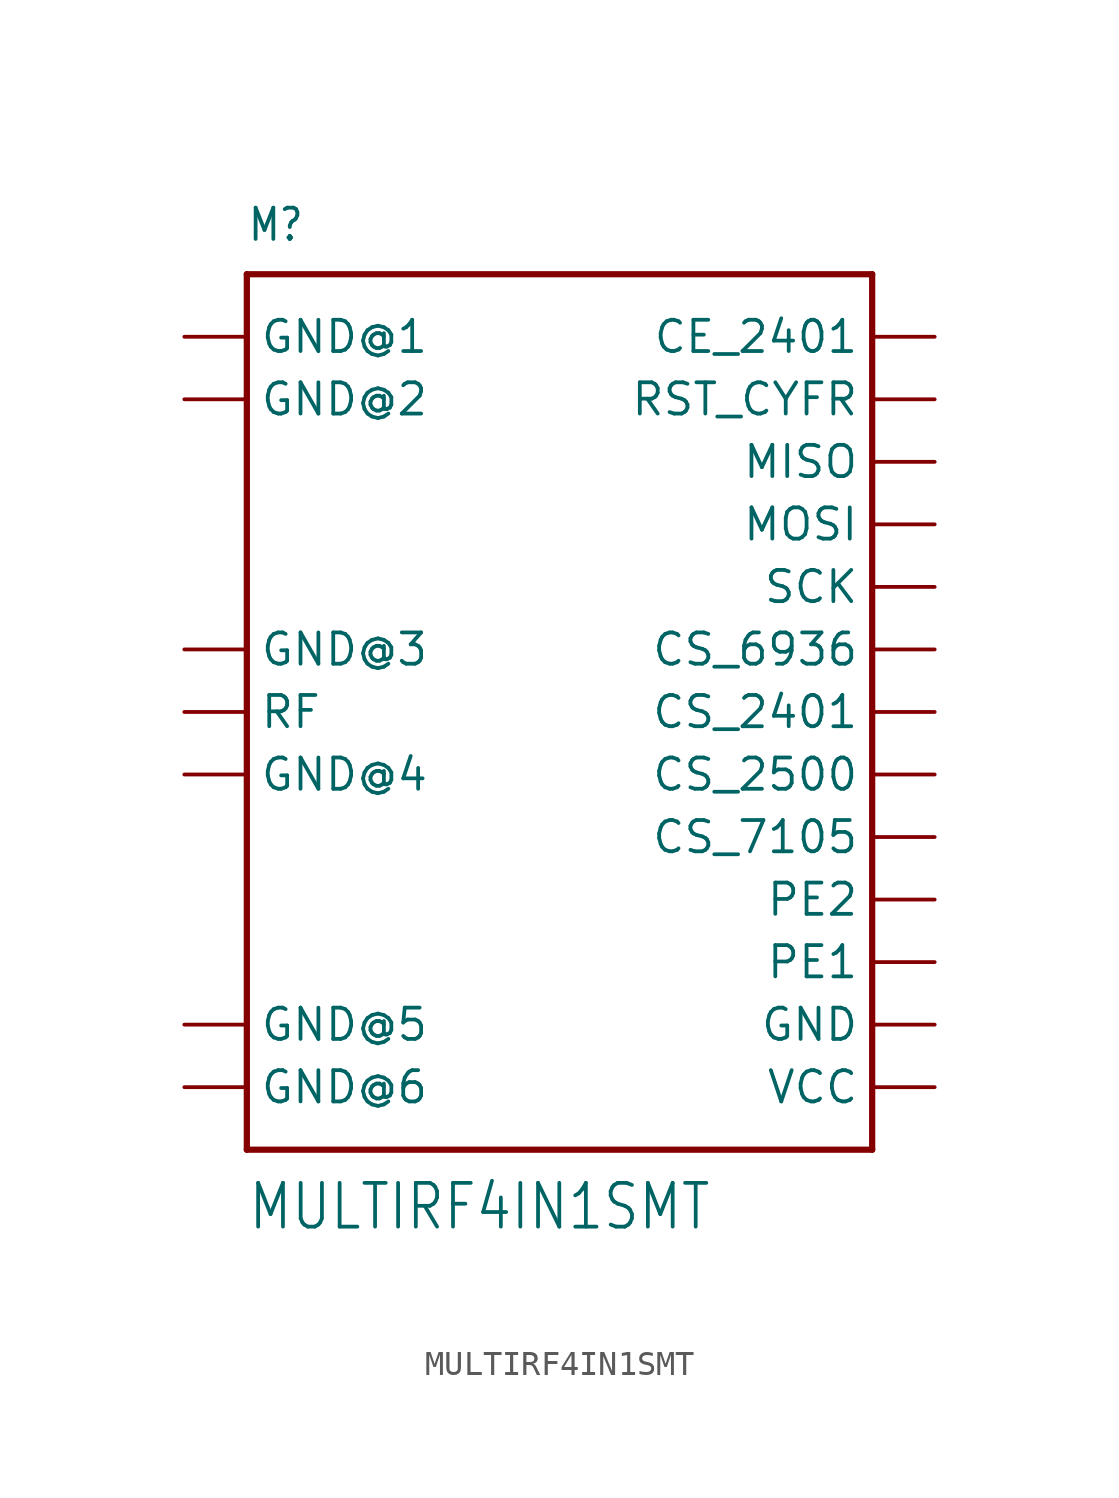
<source format=kicad_sym>
(kicad_symbol_lib
  (version 20211014)
  (generator kicad_symbol_editor)
  (symbol "MULTIRF4IN1SMT"
    (property "Reference" "M"
      (at -12.7 21.59 0)
      (effects (font (size 1.27 1.079)) (justify left bottom)))
    (property "Value" "MULTIRF4IN1SMT"
      (at -12.7 -16.51 0)
      (effects (font (size 1.778 1.511)) (justify left top)))
    (symbol "MULTIRF4IN1SMT_1_0"
      (polyline (pts (xy -12.7 -15.24) (xy 12.7 -15.24)) (stroke (width 0.254) (type default) (color 0 0 0 0)) (fill (type none)))
      (polyline (pts (xy -12.7 20.32) (xy -12.7 -15.24)) (stroke (width 0.254) (type default) (color 0 0 0 0)) (fill (type none)))
      (polyline (pts (xy 12.7 -15.24) (xy 12.7 20.32)) (stroke (width 0.254) (type default) (color 0 0 0 0)) (fill (type none)))
      (polyline (pts (xy 12.7 20.32) (xy -12.7 20.32)) (stroke (width 0.254) (type default) (color 0 0 0 0)) (fill (type none)))
      (pin bidirectional line (at 15.24 17.78 180) (length 2.54) (name "CE_2401" (effects (font (size 1.27 1.27)))) (number "CE_2401" (effects (font (size 0 0)))))
      (pin bidirectional line (at 15.24 2.54 180) (length 2.54) (name "CS_2401" (effects (font (size 1.27 1.27)))) (number "CS_2401" (effects (font (size 0 0)))))
      (pin bidirectional line (at 15.24 0 180) (length 2.54) (name "CS_2500" (effects (font (size 1.27 1.27)))) (number "CS_2500" (effects (font (size 0 0)))))
      (pin bidirectional line (at 15.24 5.08 180) (length 2.54) (name "CS_6936" (effects (font (size 1.27 1.27)))) (number "CS_6936" (effects (font (size 0 0)))))
      (pin bidirectional line (at 15.24 -2.54 180) (length 2.54) (name "CS_7105" (effects (font (size 1.27 1.27)))) (number "CS_7105" (effects (font (size 0 0)))))
      (pin power_in line (at 15.24 -10.16 180) (length 2.54) (name "GND" (effects (font (size 1.27 1.27)))) (number "GND" (effects (font (size 0 0)))))
      (pin power_in line (at -15.24 17.78 0) (length 2.54) (name "GND@1" (effects (font (size 1.27 1.27)))) (number "GND@1" (effects (font (size 0 0)))))
      (pin power_in line (at -15.24 15.24 0) (length 2.54) (name "GND@2" (effects (font (size 1.27 1.27)))) (number "GND@2" (effects (font (size 0 0)))))
      (pin power_in line (at -15.24 5.08 0) (length 2.54) (name "GND@3" (effects (font (size 1.27 1.27)))) (number "GND@3" (effects (font (size 0 0)))))
      (pin power_in line (at -15.24 0 0) (length 2.54) (name "GND@4" (effects (font (size 1.27 1.27)))) (number "GND@4" (effects (font (size 0 0)))))
      (pin power_in line (at -15.24 -10.16 0) (length 2.54) (name "GND@5" (effects (font (size 1.27 1.27)))) (number "GND@5" (effects (font (size 0 0)))))
      (pin power_in line (at -15.24 -12.7 0) (length 2.54) (name "GND@6" (effects (font (size 1.27 1.27)))) (number "GND@6" (effects (font (size 0 0)))))
      (pin bidirectional line (at 15.24 12.7 180) (length 2.54) (name "MISO" (effects (font (size 1.27 1.27)))) (number "MISO" (effects (font (size 0 0)))))
      (pin bidirectional line (at 15.24 10.16 180) (length 2.54) (name "MOSI" (effects (font (size 1.27 1.27)))) (number "MOSI" (effects (font (size 0 0)))))
      (pin bidirectional line (at 15.24 -7.62 180) (length 2.54) (name "PE1" (effects (font (size 1.27 1.27)))) (number "PE1" (effects (font (size 0 0)))))
      (pin bidirectional line (at 15.24 -5.08 180) (length 2.54) (name "PE2" (effects (font (size 1.27 1.27)))) (number "PE2" (effects (font (size 0 0)))))
      (pin output line (at -15.24 2.54 0) (length 2.54) (name "RF" (effects (font (size 1.27 1.27)))) (number "RF" (effects (font (size 0 0)))))
      (pin bidirectional line (at 15.24 15.24 180) (length 2.54) (name "RST_CYFR" (effects (font (size 1.27 1.27)))) (number "RST_CYFR" (effects (font (size 0 0)))))
      (pin bidirectional line (at 15.24 7.62 180) (length 2.54) (name "SCK" (effects (font (size 1.27 1.27)))) (number "SCK" (effects (font (size 0 0)))))
      (pin power_in line (at 15.24 -12.7 180) (length 2.54) (name "VCC" (effects (font (size 1.27 1.27)))) (number "VCC" (effects (font (size 0 0))))))))
</source>
